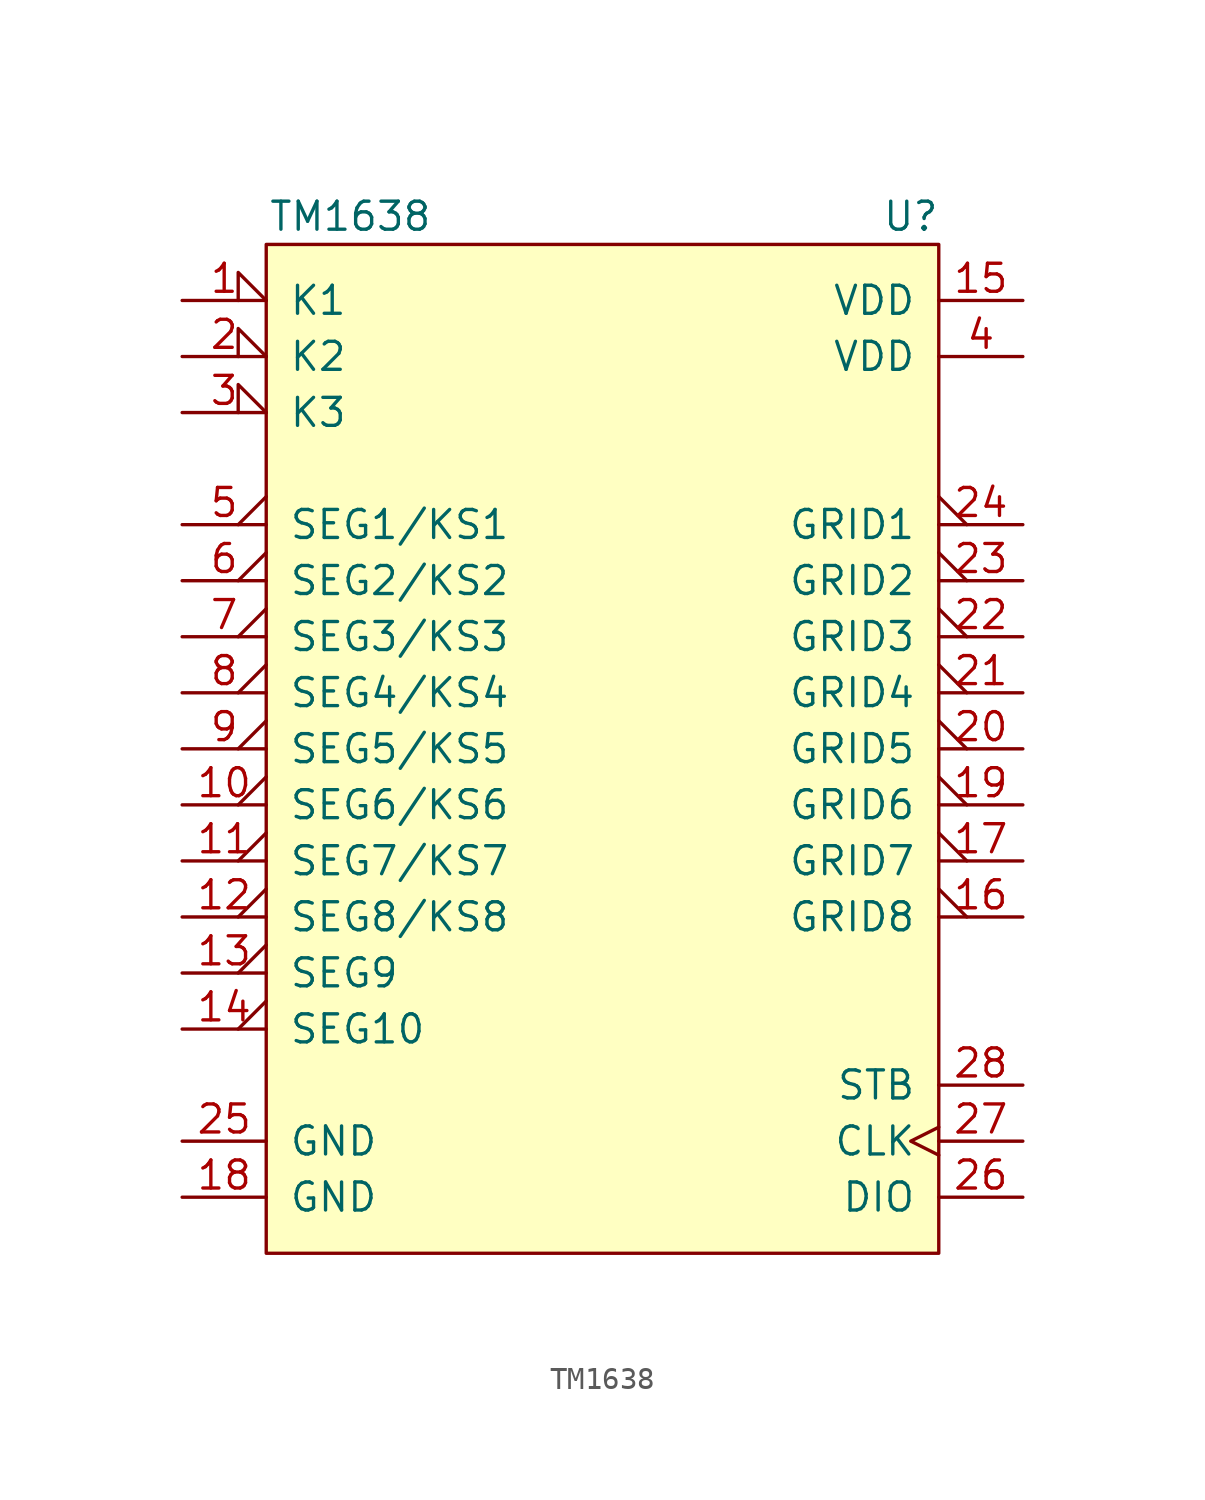
<source format=kicad_sym>
(kicad_symbol_lib
  (version 20211014)
  (generator kicad_symbol_editor)
  (symbol "TM1638"
    (pin_names
      (offset 1.016))
    (property "Reference" "U"
      (at 29.21 1.27 0)
      (effects (font (size 1.27 1.27))))
    (property "Value" "TM1638"
      (at 3.81 1.27 0)
      (effects (font (size 1.27 1.27))))
    (symbol "TM1638_0_0"
      (pin input input_low (at -3.81 -2.54 0) (length 3.81) (name "K1" (effects (font (size 1.27 1.27)))) (number "1" (effects (font (size 1.27 1.27)))))
      (pin output output_low (at -3.81 -25.4 0) (length 3.81) (name "SEG6/KS6" (effects (font (size 1.27 1.27)))) (number "10" (effects (font (size 1.27 1.27)))))
      (pin output output_low (at -3.81 -27.94 0) (length 3.81) (name "SEG7/KS7" (effects (font (size 1.27 1.27)))) (number "11" (effects (font (size 1.27 1.27)))))
      (pin output output_low (at -3.81 -30.48 0) (length 3.81) (name "SEG8/KS8" (effects (font (size 1.27 1.27)))) (number "12" (effects (font (size 1.27 1.27)))))
      (pin output output_low (at -3.81 -33.02 0) (length 3.81) (name "SEG9" (effects (font (size 1.27 1.27)))) (number "13" (effects (font (size 1.27 1.27)))))
      (pin output output_low (at -3.81 -35.56 0) (length 3.81) (name "SEG10" (effects (font (size 1.27 1.27)))) (number "14" (effects (font (size 1.27 1.27)))))
      (pin power_in line (at 34.29 -2.54 180) (length 3.81) (name "VDD" (effects (font (size 1.27 1.27)))) (number "15" (effects (font (size 1.27 1.27)))))
      (pin output output_low (at 34.29 -30.48 180) (length 3.81) (name "GRID8" (effects (font (size 1.27 1.27)))) (number "16" (effects (font (size 1.27 1.27)))))
      (pin output output_low (at 34.29 -27.94 180) (length 3.81) (name "GRID7" (effects (font (size 1.27 1.27)))) (number "17" (effects (font (size 1.27 1.27)))))
      (pin power_in line (at -3.81 -43.18 0) (length 3.81) (name "GND" (effects (font (size 1.27 1.27)))) (number "18" (effects (font (size 1.27 1.27)))))
      (pin output output_low (at 34.29 -25.4 180) (length 3.81) (name "GRID6" (effects (font (size 1.27 1.27)))) (number "19" (effects (font (size 1.27 1.27)))))
      (pin input input_low (at -3.81 -5.08 0) (length 3.81) (name "K2" (effects (font (size 1.27 1.27)))) (number "2" (effects (font (size 1.27 1.27)))))
      (pin output output_low (at 34.29 -22.86 180) (length 3.81) (name "GRID5" (effects (font (size 1.27 1.27)))) (number "20" (effects (font (size 1.27 1.27)))))
      (pin output output_low (at 34.29 -20.32 180) (length 3.81) (name "GRID4" (effects (font (size 1.27 1.27)))) (number "21" (effects (font (size 1.27 1.27)))))
      (pin output output_low (at 34.29 -17.78 180) (length 3.81) (name "GRID3" (effects (font (size 1.27 1.27)))) (number "22" (effects (font (size 1.27 1.27)))))
      (pin output output_low (at 34.29 -15.24 180) (length 3.81) (name "GRID2" (effects (font (size 1.27 1.27)))) (number "23" (effects (font (size 1.27 1.27)))))
      (pin output output_low (at 34.29 -12.7 180) (length 3.81) (name "GRID1" (effects (font (size 1.27 1.27)))) (number "24" (effects (font (size 1.27 1.27)))))
      (pin power_in line (at -3.81 -40.64 0) (length 3.81) (name "GND" (effects (font (size 1.27 1.27)))) (number "25" (effects (font (size 1.27 1.27)))))
      (pin bidirectional line (at 34.29 -43.18 180) (length 3.81) (name "DIO" (effects (font (size 1.27 1.27)))) (number "26" (effects (font (size 1.27 1.27)))))
      (pin input clock (at 34.29 -40.64 180) (length 3.81) (name "CLK" (effects (font (size 1.27 1.27)))) (number "27" (effects (font (size 1.27 1.27)))))
      (pin passive line (at 34.29 -38.1 180) (length 3.81) (name "STB" (effects (font (size 1.27 1.27)))) (number "28" (effects (font (size 1.27 1.27)))))
      (pin input input_low (at -3.81 -7.62 0) (length 3.81) (name "K3" (effects (font (size 1.27 1.27)))) (number "3" (effects (font (size 1.27 1.27)))))
      (pin power_in line (at 34.29 -5.08 180) (length 3.81) (name "VDD" (effects (font (size 1.27 1.27)))) (number "4" (effects (font (size 1.27 1.27)))))
      (pin output output_low (at -3.81 -12.7 0) (length 3.81) (name "SEG1/KS1" (effects (font (size 1.27 1.27)))) (number "5" (effects (font (size 1.27 1.27)))))
      (pin output output_low (at -3.81 -15.24 0) (length 3.81) (name "SEG2/KS2" (effects (font (size 1.27 1.27)))) (number "6" (effects (font (size 1.27 1.27)))))
      (pin output output_low (at -3.81 -17.78 0) (length 3.81) (name "SEG3/KS3" (effects (font (size 1.27 1.27)))) (number "7" (effects (font (size 1.27 1.27)))))
      (pin output output_low (at -3.81 -20.32 0) (length 3.81) (name "SEG4/KS4" (effects (font (size 1.27 1.27)))) (number "8" (effects (font (size 1.27 1.27)))))
      (pin output output_low (at -3.81 -22.86 0) (length 3.81) (name "SEG5/KS5" (effects (font (size 1.27 1.27)))) (number "9" (effects (font (size 1.27 1.27))))))
    (symbol "TM1638_0_1"
      (rectangle (start 30.48 0) (end 0 -45.72) (stroke (width 0) (type default) (color 0 0 0 0)) (fill (type background))))))
</source>
